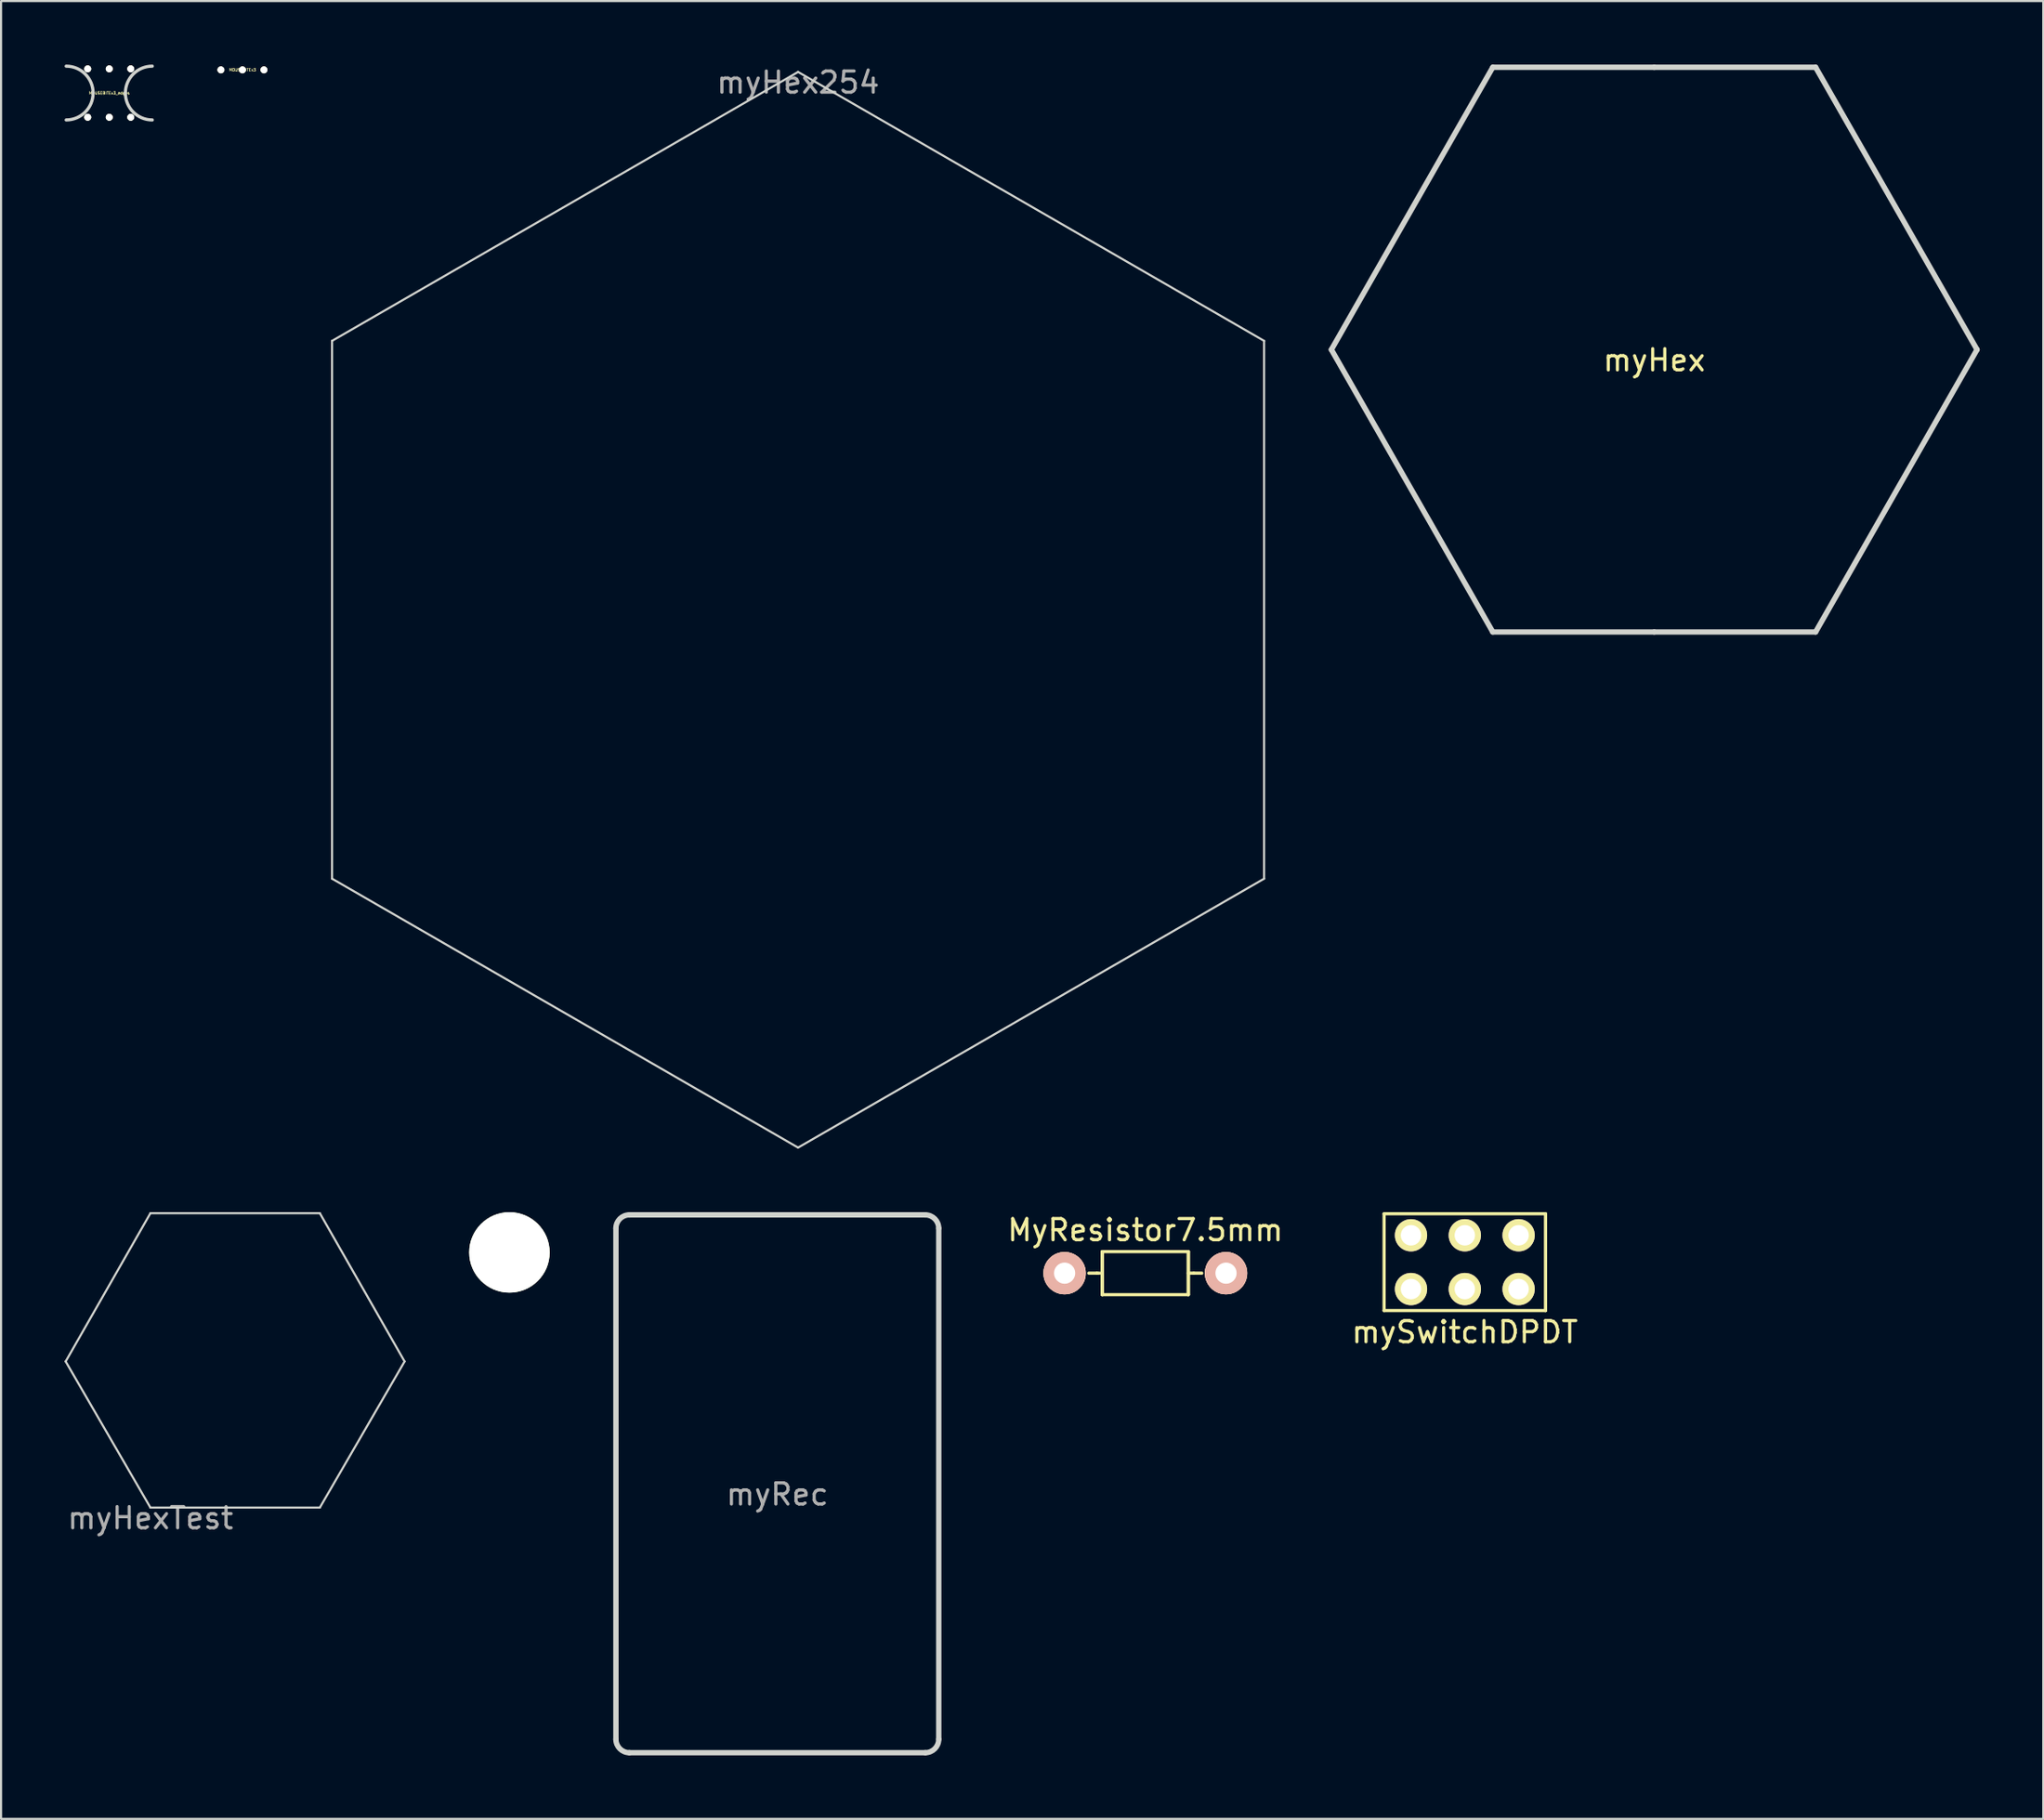
<source format=kicad_pcb>
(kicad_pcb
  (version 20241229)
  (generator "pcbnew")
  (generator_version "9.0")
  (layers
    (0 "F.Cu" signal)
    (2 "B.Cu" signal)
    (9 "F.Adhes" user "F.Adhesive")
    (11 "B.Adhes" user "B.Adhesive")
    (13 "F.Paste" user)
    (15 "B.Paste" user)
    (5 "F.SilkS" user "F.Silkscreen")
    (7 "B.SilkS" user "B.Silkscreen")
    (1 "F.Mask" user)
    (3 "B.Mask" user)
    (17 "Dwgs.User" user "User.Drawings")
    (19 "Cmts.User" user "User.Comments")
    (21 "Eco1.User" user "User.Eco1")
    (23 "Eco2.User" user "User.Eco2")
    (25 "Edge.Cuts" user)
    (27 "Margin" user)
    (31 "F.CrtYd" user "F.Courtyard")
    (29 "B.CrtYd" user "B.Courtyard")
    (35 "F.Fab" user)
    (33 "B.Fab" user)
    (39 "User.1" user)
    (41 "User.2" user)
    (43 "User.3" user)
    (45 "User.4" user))
  (footprint "myHex254"
    (layer "F.Cu")
    (at 34.626 0.348)
    (property "Reference" "myHex254" (at 0 0.5 0) (layer "F.Fab") (effects (font (size 1 1) (thickness 0.15))))
    (attr through_hole)
    (fp_line (start -22 12.7) (end 0 0) (stroke (width 0.1) (type solid)) (layer "Edge.Cuts"))
    (fp_line (start -22 38.1) (end -22 12.7) (stroke (width 0.1) (type solid)) (layer "Edge.Cuts"))
    (fp_line (start 0 0) (end 22 12.7) (stroke (width 0.1) (type solid)) (layer "Edge.Cuts"))
    (fp_line (start 0 50.8) (end -22 38.1) (stroke (width 0.1) (type solid)) (layer "Edge.Cuts"))
    (fp_line (start 22 12.7) (end 22 38.1) (stroke (width 0.1) (type solid)) (layer "Edge.Cuts"))
    (fp_line (start 22 38.1) (end 0 50.8) (stroke (width 0.1) (type solid)) (layer "Edge.Cuts")))
  (footprint "myRec"
    (layer "F.Cu")
    (at 33.647 67.025)
    (property "Reference" "myRec" (at 0 0.5 0) (layer "F.Fab") (effects (font (size 1 1) (thickness 0.15))))
    (attr through_hole)
    (fp_line (start -7.62 -12.065) (end -7.62 12.065) (stroke (width 0.254) (type solid)) (layer "Edge.Cuts"))
    (fp_line (start -6.985 -12.7) (end 6.985 -12.7) (stroke (width 0.254) (type solid)) (layer "Edge.Cuts"))
    (fp_line (start -6.985 12.7) (end 6.985 12.7) (stroke (width 0.254) (type solid)) (layer "Edge.Cuts"))
    (fp_line (start 7.62 12.065) (end 7.62 -12.065) (stroke (width 0.254) (type solid)) (layer "Edge.Cuts"))
    (fp_arc (start -7.62 -12.065) (mid -7.434013 -12.514013) (end -6.985 -12.7) (stroke (width 0.254) (type solid)) (layer "Edge.Cuts"))
    (fp_arc (start -6.985 12.7) (mid -7.434013 12.514013) (end -7.62 12.065) (stroke (width 0.254) (type solid)) (layer "Edge.Cuts"))
    (fp_arc (start 6.985 -12.7) (mid 7.434013 -12.514013) (end 7.62 -12.065) (stroke (width 0.254) (type solid)) (layer "Edge.Cuts"))
    (fp_arc (start 7.62 12.065) (mid 7.434013 12.514013) (end 6.985 12.7) (stroke (width 0.254) (type solid)) (layer "Edge.Cuts")))
  (footprint "MOUSEBITEx3"
    (layer "F.Cu")
    (at 8.395 0.25)
    (property "Reference" "MOUSEBITEx3" (at 0 0 0) (layer "F.SilkS") (effects (font (size 0.127 0.127) (thickness 0.025))))
    (attr through_hole)
    (pad "" np_thru_hole circle (at -1.016 0) (size 0.33 0.33) (drill 0.33) (layers "*.Cu" "*.Mask" "F.SilkS"))
    (pad "" np_thru_hole circle (at 0 0) (size 0.33 0.33) (drill 0.33) (layers "*.Cu" "*.Mask" "F.SilkS"))
    (pad "" np_thru_hole circle (at 1.016 0) (size 0.33 0.33) (drill 0.33) (layers "*.Cu" "*.Mask" "F.SilkS")))
  (footprint "myHexTest"
    (layer "F.Cu")
    (at 4.05 68.148)
    (property "Reference" "myHexTest" (at 0 0.5 0) (layer "F.Fab") (effects (font (size 1 1) (thickness 0.15))))
    (attr through_hole)
    (fp_line (start -4 -6.9) (end 0 0) (stroke (width 0.1) (type solid)) (layer "Edge.Cuts"))
    (fp_line (start 0 -13.9) (end -4 -6.9) (stroke (width 0.1) (type solid)) (layer "Edge.Cuts"))
    (fp_line (start 0 0) (end 8 0) (stroke (width 0.1) (type solid)) (layer "Edge.Cuts"))
    (fp_line (start 8 -13.9) (end 0 -13.9) (stroke (width 0.1) (type solid)) (layer "Edge.Cuts"))
    (fp_line (start 8 0) (end 12 -6.9) (stroke (width 0.1) (type solid)) (layer "Edge.Cuts"))
    (fp_line (start 12 -6.9) (end 8 -13.9) (stroke (width 0.1) (type solid)) (layer "Edge.Cuts")))
  (footprint "myNPTH"
    (layer "F.Cu")
    (at 21 56.098)
    (property "Reference" "myNPTH" (at 0.254 0.508 0) (layer "Eco2.User") (effects (font (size 0.3 0.3) (thickness 0.075))))
    (attr through_hole)
    (pad "" np_thru_hole circle (at 0 0) (size 3.8 3.8) (drill 3.8) (layers "*.Cu" "*.Mask" "F.SilkS")))
  (footprint "myHex"
    (layer "F.Cu")
    (at 75.043 13.462)
    (property "Reference" "myHex" (at 0 0.5 0) (layer "F.SilkS") (effects (font (size 1 1) (thickness 0.15))))
    (attr through_hole)
    (fp_line (start -15.24 0) (end -7.62 -13.335) (stroke (width 0.254) (type solid)) (layer "Edge.Cuts"))
    (fp_line (start -15.24 0) (end -7.62 13.335) (stroke (width 0.254) (type solid)) (layer "Edge.Cuts"))
    (fp_line (start 0 -13.335) (end -7.62 -13.335) (stroke (width 0.254) (type solid)) (layer "Edge.Cuts"))
    (fp_line (start 0 -13.335) (end 7.62 -13.335) (stroke (width 0.254) (type solid)) (layer "Edge.Cuts"))
    (fp_line (start 0 13.335) (end -7.62 13.335) (stroke (width 0.254) (type solid)) (layer "Edge.Cuts"))
    (fp_line (start 0 13.335) (end 7.62 13.335) (stroke (width 0.254) (type solid)) (layer "Edge.Cuts"))
    (fp_line (start 7.62 -13.335) (end 15.24 0) (stroke (width 0.254) (type solid)) (layer "Edge.Cuts"))
    (fp_line (start 7.62 13.335) (end 15.24 0) (stroke (width 0.254) (type solid)) (layer "Edge.Cuts")))
  (footprint "mySwitchDPDT"
    (layer "F.Cu")
    (at 66.102 56.559)
    (property "Reference" "mySwitchDPDT" (at 0 3.302 0) (layer "F.SilkS") (effects (font (size 1 1) (thickness 0.15))))
    (attr through_hole)
    (fp_line (start -3.81 -2.286) (end -3.81 2.286) (stroke (width 0.15) (type solid)) (layer "F.SilkS"))
    (fp_line (start -3.81 -2.286) (end 3.81 -2.286) (stroke (width 0.15) (type solid)) (layer "F.SilkS"))
    (fp_line (start 3.81 -2.286) (end 3.81 2.286) (stroke (width 0.15) (type solid)) (layer "F.SilkS"))
    (fp_line (start 3.81 2.286) (end -3.81 2.286) (stroke (width 0.15) (type solid)) (layer "F.SilkS"))
    (pad "1" thru_hole circle (at -2.54 1.27) (size 1.524 1.524) (drill 0.965) (layers "*.Cu" "*.Mask" "F.SilkS"))
    (pad "2" thru_hole circle (at 0 1.27) (size 1.524 1.524) (drill 0.965) (layers "*.Cu" "*.Mask" "F.SilkS"))
    (pad "3" thru_hole circle (at 2.54 1.27) (size 1.524 1.524) (drill 0.965) (layers "*.Cu" "*.Mask" "F.SilkS"))
    (pad "4" thru_hole circle (at 2.54 -1.27) (size 1.524 1.524) (drill 0.965) (layers "*.Cu" "*.Mask" "F.SilkS"))
    (pad "5" thru_hole circle (at 0 -1.27) (size 1.524 1.524) (drill 0.965) (layers "*.Cu" "*.Mask" "F.SilkS"))
    (pad "6" thru_hole circle (at -2.54 -1.27) (size 1.524 1.524) (drill 0.965) (layers "*.Cu" "*.Mask" "F.SilkS")))
  (footprint "MyResistor7.5mm"
    (layer "F.Cu")
    (at 51.019 57.078)
    (property "Reference" "MyResistor7.5mm" (at 0 -2.032 0) (layer "F.SilkS") (effects (font (size 1 1) (thickness 0.15))))
    (attr through_hole)
    (fp_line (start -2.667 0) (end -2.286 0) (stroke (width 0.15) (type solid)) (layer "F.SilkS"))
    (fp_line (start -2.286 0) (end -2.159 0) (stroke (width 0.15) (type solid)) (layer "F.SilkS"))
    (fp_line (start -2.032 -1.016) (end -2.032 1.016) (stroke (width 0.15) (type solid)) (layer "F.SilkS"))
    (fp_line (start -2.032 -1.016) (end 2.032 -1.016) (stroke (width 0.15) (type solid)) (layer "F.SilkS"))
    (fp_line (start -2.032 1.016) (end -2.032 -1.016) (stroke (width 0.15) (type solid)) (layer "F.SilkS"))
    (fp_line (start 2.032 -1.016) (end 2.032 1.016) (stroke (width 0.15) (type solid)) (layer "F.SilkS"))
    (fp_line (start 2.032 0) (end 2.286 0) (stroke (width 0.15) (type solid)) (layer "F.SilkS"))
    (fp_line (start 2.032 1.016) (end -2.032 1.016) (stroke (width 0.15) (type solid)) (layer "F.SilkS"))
    (fp_line (start 2.032 1.016) (end 2.032 -1.016) (stroke (width 0.15) (type solid)) (layer "F.SilkS"))
    (fp_line (start 2.286 0) (end 2.667 0) (stroke (width 0.15) (type solid)) (layer "F.SilkS"))
    (pad "1" thru_hole circle (at -3.81 0) (size 1.999 1.999) (drill 1.001) (layers "*.Cu" "*.SilkS" "*.Mask"))
    (pad "2" thru_hole circle (at 3.81 0) (size 1.999 1.999) (drill 1.001) (layers "*.Cu" "*.SilkS" "*.Mask")))
  (footprint "MOUSEBITEx3_edges"
    (layer "F.Cu")
    (at 2.107 1.345)
    (property "Reference" "MOUSEBITEx3_edges" (at 0 0 0) (layer "F.SilkS") (effects (font (size 0.127 0.127) (thickness 0.025))))
    (attr through_hole)
    (fp_arc (start -2.032 -1.27) (mid -1.133974 -0.898026) (end -0.762 0) (stroke (width 0.15) (type solid)) (layer "Edge.Cuts"))
    (fp_arc (start -0.762 0) (mid -1.133974 0.898026) (end -2.032 1.27) (stroke (width 0.15) (type solid)) (layer "Edge.Cuts"))
    (fp_arc (start 0.762 0) (mid 1.133974 -0.898026) (end 2.032 -1.27) (stroke (width 0.15) (type solid)) (layer "Edge.Cuts"))
    (fp_arc (start 2.032 1.27) (mid 1.133974 0.898026) (end 0.762 0) (stroke (width 0.15) (type solid)) (layer "Edge.Cuts"))
    (pad "" np_thru_hole circle (at -1.016 -1.143) (size 0.33 0.33) (drill 0.33) (layers "*.Cu" "*.Mask" "F.SilkS"))
    (pad "" np_thru_hole circle (at -1.016 1.143) (size 0.33 0.33) (drill 0.33) (layers "*.Cu" "*.Mask" "F.SilkS"))
    (pad "" np_thru_hole circle (at 0 -1.143) (size 0.33 0.33) (drill 0.33) (layers "*.Cu" "*.Mask" "F.SilkS"))
    (pad "" np_thru_hole circle (at 0 1.143) (size 0.33 0.33) (drill 0.33) (layers "*.Cu" "*.Mask" "F.SilkS"))
    (pad "" np_thru_hole circle (at 1.016 -1.143) (size 0.33 0.33) (drill 0.33) (layers "*.Cu" "*.Mask" "F.SilkS"))
    (pad "" np_thru_hole circle (at 1.016 1.143) (size 0.33 0.33) (drill 0.33) (layers "*.Cu" "*.Mask" "F.SilkS")))
  (gr_rect
    (start -3 -3)
    (end 93.41 82.852)
    (stroke (width 0.1) (type default))
    (fill no)
    (layer "Edge.Cuts")))
</source>
